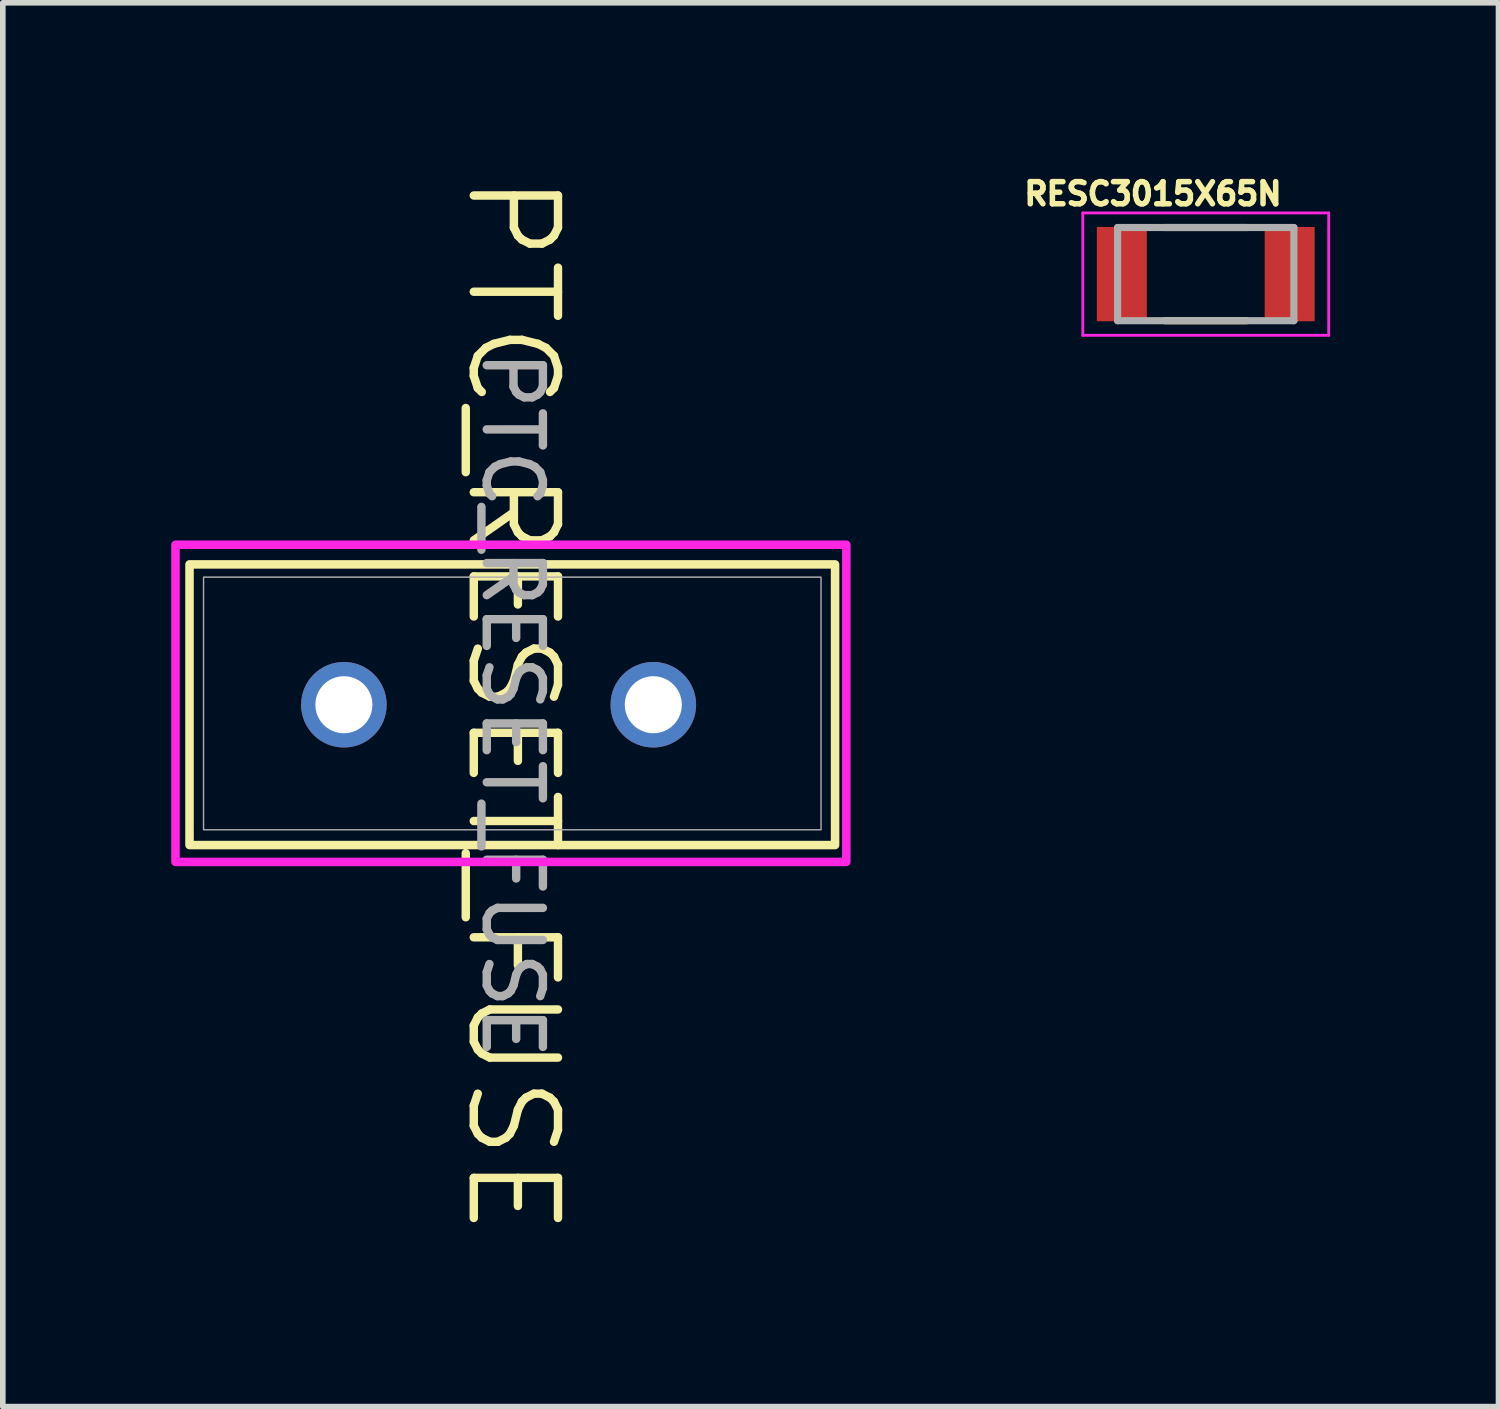
<source format=kicad_pcb>
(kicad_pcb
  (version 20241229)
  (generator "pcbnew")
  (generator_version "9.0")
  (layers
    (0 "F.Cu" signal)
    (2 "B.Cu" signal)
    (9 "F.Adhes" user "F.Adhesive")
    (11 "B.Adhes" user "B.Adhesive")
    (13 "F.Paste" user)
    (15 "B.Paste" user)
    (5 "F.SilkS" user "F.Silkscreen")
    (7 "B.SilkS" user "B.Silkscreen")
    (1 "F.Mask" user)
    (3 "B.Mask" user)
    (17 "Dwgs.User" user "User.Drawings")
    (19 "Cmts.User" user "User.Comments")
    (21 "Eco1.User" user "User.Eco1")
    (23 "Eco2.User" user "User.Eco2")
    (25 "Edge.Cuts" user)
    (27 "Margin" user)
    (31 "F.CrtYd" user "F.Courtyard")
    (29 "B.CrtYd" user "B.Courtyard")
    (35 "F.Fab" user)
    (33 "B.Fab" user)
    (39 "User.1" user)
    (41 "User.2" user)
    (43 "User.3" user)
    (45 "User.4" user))
  (footprint "PTC_RESET_FUSE"
    (layer "F.Cu")
    (at 3.076 9.504)
    (property "Reference" "PTC_RESET_FUSE" (at 3 0 270) (unlocked yes) (layer "F.SilkS") (effects (font (size 1.5 1.5) (thickness 0.15))))
    (attr through_hole)
    (fp_rect (start -2.75 -2.5) (end 8.75 2.5) (stroke (width 0.152) (type solid)) (fill no) (layer "F.SilkS"))
    (fp_rect (start -3 -2.85) (end 8.95 2.8) (stroke (width 0.152) (type solid)) (fill no) (layer "F.CrtYd"))
    (fp_rect (start -2.5 -2.273) (end 8.5 2.227) (stroke (width 0.025) (type solid)) (fill no) (layer "F.Fab"))
    (fp_text user "${REFERENCE}" (at 3 0 270) (unlocked yes) (layer "F.Fab") (effects (font (size 1 1) (thickness 0.15))))
    (pad "1" thru_hole circle (at 0 0) (size 1.524 1.524) (drill 1.016) (layers "*.Cu" "*.Mask"))
    (pad "2" thru_hole circle (at 5.512 0) (size 1.524 1.524) (drill 1.016) (layers "*.Cu" "*.Mask")))
  (footprint "RESC3015X65N"
    (layer "F.Cu")
    (at 18.429 1.833)
    (property "Reference" "RESC3015X65N" (at -0.94 -1.43 0) (layer "F.SilkS") (effects (font (size 0.394 0.394) (thickness 0.15))))
    (attr smd)
    (fp_line (start -0.73 -0.83) (end 0.73 -0.83) (stroke (width 0.127) (type solid)) (layer "F.SilkS"))
    (fp_line (start -0.73 0.83) (end 0.73 0.83) (stroke (width 0.127) (type solid)) (layer "F.SilkS"))
    (fp_line (start -2.19 -1.09) (end 2.19 -1.09) (stroke (width 0.05) (type solid)) (layer "F.CrtYd"))
    (fp_line (start -2.19 1.09) (end -2.19 -1.09) (stroke (width 0.05) (type solid)) (layer "F.CrtYd"))
    (fp_line (start -2.19 1.09) (end 2.19 1.09) (stroke (width 0.05) (type solid)) (layer "F.CrtYd"))
    (fp_line (start 2.19 1.09) (end 2.19 -1.09) (stroke (width 0.05) (type solid)) (layer "F.CrtYd"))
    (fp_line (start -1.57 0.83) (end -1.57 -0.83) (stroke (width 0.127) (type solid)) (layer "F.Fab"))
    (fp_line (start 1.57 -0.83) (end -1.57 -0.83) (stroke (width 0.127) (type solid)) (layer "F.Fab"))
    (fp_line (start 1.57 0.83) (end -1.57 0.83) (stroke (width 0.127) (type solid)) (layer "F.Fab"))
    (fp_line (start 1.57 0.83) (end 1.57 -0.83) (stroke (width 0.127) (type solid)) (layer "F.Fab"))
    (pad "1" smd rect (at -1.495 0) (size 0.89 1.68) (layers "F.Cu" "F.Mask" "F.Paste"))
    (pad "2" smd rect (at 1.495 0) (size 0.89 1.68) (layers "F.Cu" "F.Mask" "F.Paste")))
  (gr_rect
    (start -3 -3)
    (end 23.644 22.007)
    (stroke (width 0.1) (type default))
    (fill no)
    (layer "Edge.Cuts")))
</source>
